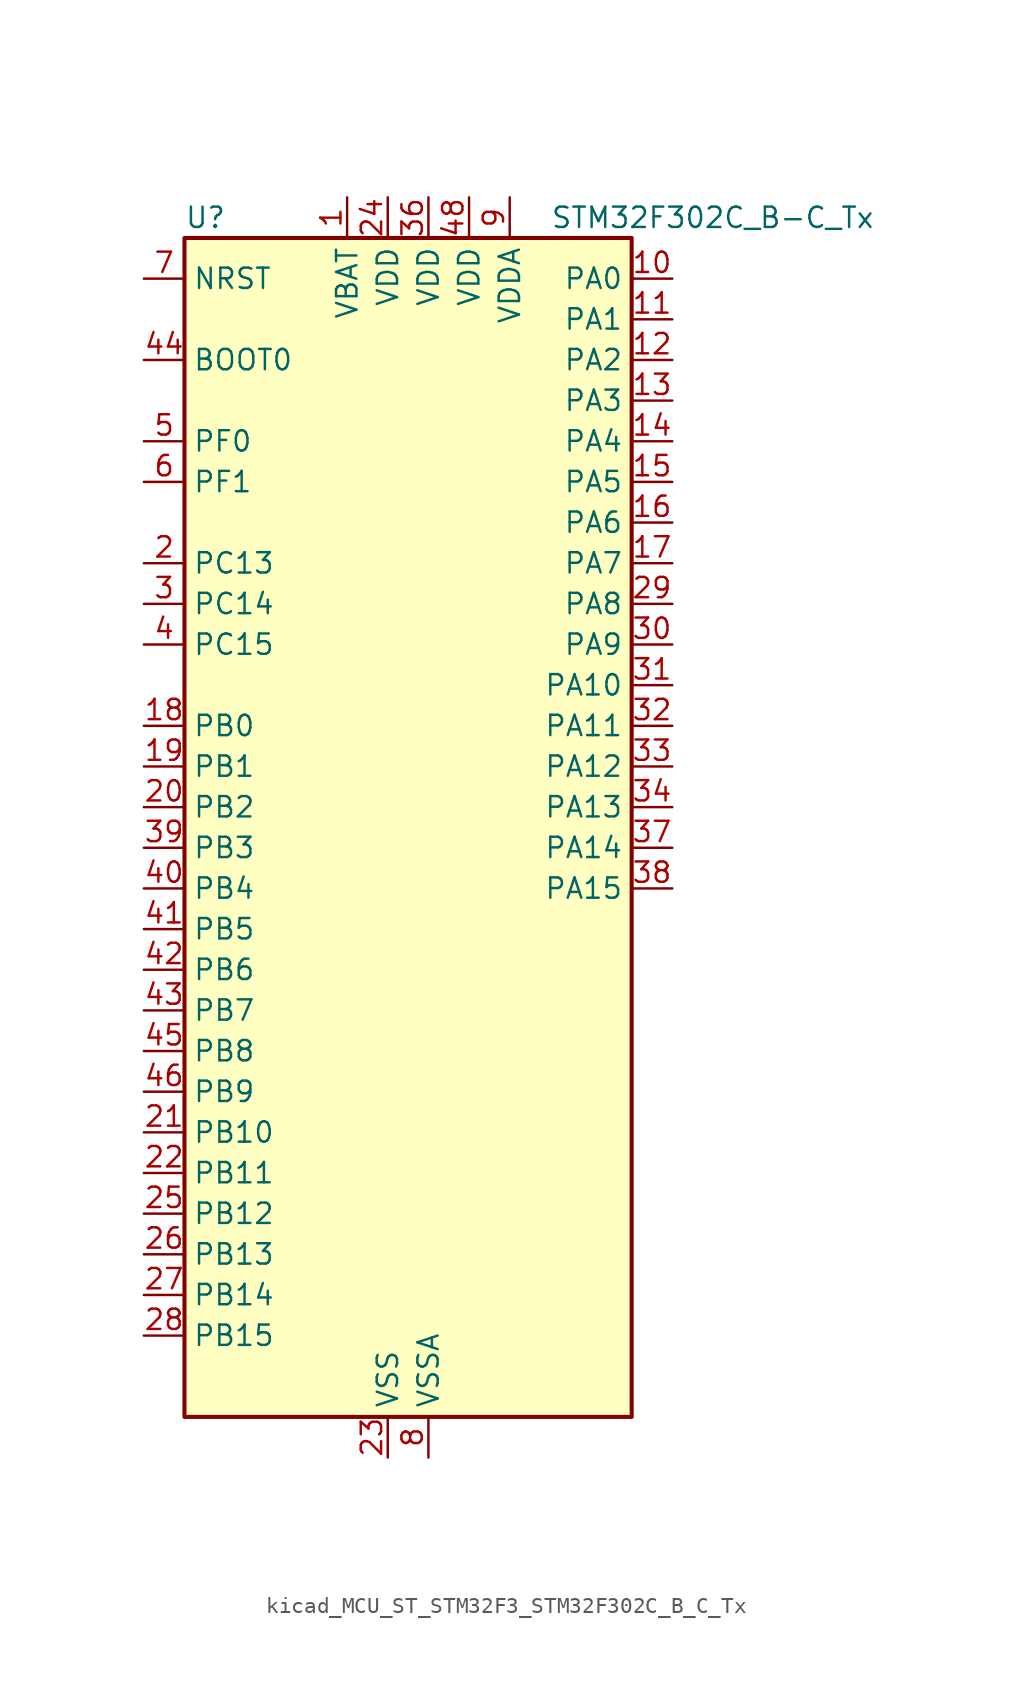
<source format=kicad_sym>
(kicad_symbol_lib
  (version 20220914)
  (generator kicad_symbol_editor)
  (symbol "kicad_MCU_ST_STM32F3_STM32F302C_B_C_Tx"
    (property "Reference" "U"
      (at -12.7 39.37 0)
      (effects (font (size 1.27 1.27)) (justify left)))
    (property "Value" "STM32F302C_B-C_Tx"
      (at 10.16 39.37 0)
      (effects (font (size 1.27 1.27)) (justify left)))
    (property "ki_locked" ""
      (at 0 0 0)
      (effects (font (size 1.27 1.27))))
    (symbol "kicad_MCU_ST_STM32F3_STM32F302C_B_C_Tx_0_1"
      (rectangle (start -12.7 -35.56) (end 15.24 38.1) (stroke (width 0.254) (type default)) (fill (type background))))
    (symbol "kicad_MCU_ST_STM32F3_STM32F302C_B_C_Tx_1_1"
      (pin power_in line (at -2.54 40.64 270) (length 2.54) (name "VBAT" (effects (font (size 1.27 1.27)))) (number "1" (effects (font (size 1.27 1.27)))))
      (pin bidirectional line (at 17.78 35.56 180) (length 2.54) (name "PA0" (effects (font (size 1.27 1.27)))) (number "10" (effects (font (size 1.27 1.27)))) (alternate "ADC1_IN1" bidirectional line) (alternate "COMP1_INM" bidirectional line) (alternate "COMP1_OUT" bidirectional line) (alternate "RTC_TAMP2" bidirectional line) (alternate "SYS_WKUP1" bidirectional line) (alternate "TIM2_CH1" bidirectional line) (alternate "TIM2_ETR" bidirectional line) (alternate "TSC_G1_IO1" bidirectional line) (alternate "USART2_CTS" bidirectional line))
      (pin bidirectional line (at 17.78 33.02 180) (length 2.54) (name "PA1" (effects (font (size 1.27 1.27)))) (number "11" (effects (font (size 1.27 1.27)))) (alternate "ADC1_IN2" bidirectional line) (alternate "COMP1_INP" bidirectional line) (alternate "OPAMP1_VINP" bidirectional line) (alternate "OPAMP1_VINP_SEC" bidirectional line) (alternate "RTC_REFIN" bidirectional line) (alternate "TIM15_CH1N" bidirectional line) (alternate "TIM2_CH2" bidirectional line) (alternate "TSC_G1_IO2" bidirectional line) (alternate "USART2_DE" bidirectional line) (alternate "USART2_RTS" bidirectional line))
      (pin bidirectional line (at 17.78 30.48 180) (length 2.54) (name "PA2" (effects (font (size 1.27 1.27)))) (number "12" (effects (font (size 1.27 1.27)))) (alternate "ADC1_IN3" bidirectional line) (alternate "COMP2_INM" bidirectional line) (alternate "COMP2_OUT" bidirectional line) (alternate "OPAMP1_VOUT" bidirectional line) (alternate "TIM15_CH1" bidirectional line) (alternate "TIM2_CH3" bidirectional line) (alternate "TSC_G1_IO3" bidirectional line) (alternate "USART2_TX" bidirectional line))
      (pin bidirectional line (at 17.78 27.94 180) (length 2.54) (name "PA3" (effects (font (size 1.27 1.27)))) (number "13" (effects (font (size 1.27 1.27)))) (alternate "ADC1_IN4" bidirectional line) (alternate "COMP2_INP" bidirectional line) (alternate "OPAMP1_VINM" bidirectional line) (alternate "OPAMP1_VINM_SEC" bidirectional line) (alternate "OPAMP1_VINP" bidirectional line) (alternate "OPAMP1_VINP_SEC" bidirectional line) (alternate "TIM15_CH2" bidirectional line) (alternate "TIM2_CH4" bidirectional line) (alternate "TSC_G1_IO4" bidirectional line) (alternate "USART2_RX" bidirectional line))
      (pin bidirectional line (at 17.78 25.4 180) (length 2.54) (name "PA4" (effects (font (size 1.27 1.27)))) (number "14" (effects (font (size 1.27 1.27)))) (alternate "ADC2_IN1" bidirectional line) (alternate "COMP1_INM" bidirectional line) (alternate "COMP2_INM" bidirectional line) (alternate "COMP4_INM" bidirectional line) (alternate "COMP6_INM" bidirectional line) (alternate "DAC_OUT1" bidirectional line) (alternate "I2S3_WS" bidirectional line) (alternate "SPI1_NSS" bidirectional line) (alternate "SPI3_NSS" bidirectional line) (alternate "TIM3_CH2" bidirectional line) (alternate "TSC_G2_IO1" bidirectional line) (alternate "USART2_CK" bidirectional line))
      (pin bidirectional line (at 17.78 22.86 180) (length 2.54) (name "PA5" (effects (font (size 1.27 1.27)))) (number "15" (effects (font (size 1.27 1.27)))) (alternate "ADC2_IN2" bidirectional line) (alternate "COMP1_INM" bidirectional line) (alternate "COMP2_INM" bidirectional line) (alternate "COMP4_INM" bidirectional line) (alternate "COMP6_INM" bidirectional line) (alternate "OPAMP1_VINP" bidirectional line) (alternate "OPAMP1_VINP_SEC" bidirectional line) (alternate "OPAMP2_VINM" bidirectional line) (alternate "OPAMP2_VINM_SEC" bidirectional line) (alternate "SPI1_SCK" bidirectional line) (alternate "TIM2_CH1" bidirectional line) (alternate "TIM2_ETR" bidirectional line) (alternate "TSC_G2_IO2" bidirectional line))
      (pin bidirectional line (at 17.78 20.32 180) (length 2.54) (name "PA6" (effects (font (size 1.27 1.27)))) (number "16" (effects (font (size 1.27 1.27)))) (alternate "ADC2_IN3" bidirectional line) (alternate "COMP1_OUT" bidirectional line) (alternate "OPAMP2_VOUT" bidirectional line) (alternate "SPI1_MISO" bidirectional line) (alternate "TIM16_CH1" bidirectional line) (alternate "TIM1_BKIN" bidirectional line) (alternate "TIM3_CH1" bidirectional line) (alternate "TSC_G2_IO3" bidirectional line))
      (pin bidirectional line (at 17.78 17.78 180) (length 2.54) (name "PA7" (effects (font (size 1.27 1.27)))) (number "17" (effects (font (size 1.27 1.27)))) (alternate "ADC2_IN4" bidirectional line) (alternate "COMP2_INP" bidirectional line) (alternate "COMP2_OUT" bidirectional line) (alternate "OPAMP1_VINP" bidirectional line) (alternate "OPAMP1_VINP_SEC" bidirectional line) (alternate "OPAMP2_VINP" bidirectional line) (alternate "OPAMP2_VINP_SEC" bidirectional line) (alternate "SPI1_MOSI" bidirectional line) (alternate "TIM17_CH1" bidirectional line) (alternate "TIM1_CH1N" bidirectional line) (alternate "TIM3_CH2" bidirectional line) (alternate "TSC_G2_IO4" bidirectional line))
      (pin bidirectional line (at -15.24 7.62 0) (length 2.54) (name "PB0" (effects (font (size 1.27 1.27)))) (number "18" (effects (font (size 1.27 1.27)))) (alternate "COMP4_INP" bidirectional line) (alternate "OPAMP2_VINP" bidirectional line) (alternate "OPAMP2_VINP_SEC" bidirectional line) (alternate "TIM1_CH2N" bidirectional line) (alternate "TIM3_CH3" bidirectional line) (alternate "TSC_G3_IO2" bidirectional line))
      (pin bidirectional line (at -15.24 5.08 0) (length 2.54) (name "PB1" (effects (font (size 1.27 1.27)))) (number "19" (effects (font (size 1.27 1.27)))) (alternate "COMP4_OUT" bidirectional line) (alternate "TIM1_CH3N" bidirectional line) (alternate "TIM3_CH4" bidirectional line) (alternate "TSC_G3_IO3" bidirectional line))
      (pin bidirectional line (at -15.24 17.78 0) (length 2.54) (name "PC13" (effects (font (size 1.27 1.27)))) (number "2" (effects (font (size 1.27 1.27)))) (alternate "RTC_OUT_ALARM" bidirectional line) (alternate "RTC_OUT_CALIB" bidirectional line) (alternate "RTC_TAMP1" bidirectional line) (alternate "RTC_TS" bidirectional line) (alternate "SYS_WKUP2" bidirectional line) (alternate "TIM1_CH1N" bidirectional line))
      (pin bidirectional line (at -15.24 2.54 0) (length 2.54) (name "PB2" (effects (font (size 1.27 1.27)))) (number "20" (effects (font (size 1.27 1.27)))) (alternate "ADC2_IN12" bidirectional line) (alternate "COMP4_INM" bidirectional line) (alternate "TSC_G3_IO4" bidirectional line))
      (pin bidirectional line (at -15.24 -17.78 0) (length 2.54) (name "PB10" (effects (font (size 1.27 1.27)))) (number "21" (effects (font (size 1.27 1.27)))) (alternate "TIM2_CH3" bidirectional line) (alternate "TSC_SYNC" bidirectional line) (alternate "USART3_TX" bidirectional line))
      (pin bidirectional line (at -15.24 -20.32 0) (length 2.54) (name "PB11" (effects (font (size 1.27 1.27)))) (number "22" (effects (font (size 1.27 1.27)))) (alternate "ADC1_EXTI11" bidirectional line) (alternate "ADC2_EXTI11" bidirectional line) (alternate "COMP6_INP" bidirectional line) (alternate "TIM2_CH4" bidirectional line) (alternate "TSC_G6_IO1" bidirectional line) (alternate "USART3_RX" bidirectional line))
      (pin power_in line (at 0 -38.1 90) (length 2.54) (name "VSS" (effects (font (size 1.27 1.27)))) (number "23" (effects (font (size 1.27 1.27)))))
      (pin power_in line (at 0 40.64 270) (length 2.54) (name "VDD" (effects (font (size 1.27 1.27)))) (number "24" (effects (font (size 1.27 1.27)))))
      (pin bidirectional line (at -15.24 -22.86 0) (length 2.54) (name "PB12" (effects (font (size 1.27 1.27)))) (number "25" (effects (font (size 1.27 1.27)))) (alternate "I2C2_SMBA" bidirectional line) (alternate "I2S2_WS" bidirectional line) (alternate "SPI2_NSS" bidirectional line) (alternate "TIM1_BKIN" bidirectional line) (alternate "TSC_G6_IO2" bidirectional line) (alternate "USART3_CK" bidirectional line))
      (pin bidirectional line (at -15.24 -25.4 0) (length 2.54) (name "PB13" (effects (font (size 1.27 1.27)))) (number "26" (effects (font (size 1.27 1.27)))) (alternate "I2S2_CK" bidirectional line) (alternate "SPI2_SCK" bidirectional line) (alternate "TIM1_CH1N" bidirectional line) (alternate "TSC_G6_IO3" bidirectional line) (alternate "USART3_CTS" bidirectional line))
      (pin bidirectional line (at -15.24 -27.94 0) (length 2.54) (name "PB14" (effects (font (size 1.27 1.27)))) (number "27" (effects (font (size 1.27 1.27)))) (alternate "I2S2_ext_SD" bidirectional line) (alternate "OPAMP2_VINP" bidirectional line) (alternate "OPAMP2_VINP_SEC" bidirectional line) (alternate "SPI2_MISO" bidirectional line) (alternate "TIM15_CH1" bidirectional line) (alternate "TIM1_CH2N" bidirectional line) (alternate "TSC_G6_IO4" bidirectional line) (alternate "USART3_DE" bidirectional line) (alternate "USART3_RTS" bidirectional line))
      (pin bidirectional line (at -15.24 -30.48 0) (length 2.54) (name "PB15" (effects (font (size 1.27 1.27)))) (number "28" (effects (font (size 1.27 1.27)))) (alternate "ADC1_EXTI15" bidirectional line) (alternate "ADC2_EXTI15" bidirectional line) (alternate "COMP6_INM" bidirectional line) (alternate "I2S2_SD" bidirectional line) (alternate "RTC_REFIN" bidirectional line) (alternate "SPI2_MOSI" bidirectional line) (alternate "TIM15_CH1N" bidirectional line) (alternate "TIM15_CH2" bidirectional line) (alternate "TIM1_CH3N" bidirectional line))
      (pin bidirectional line (at 17.78 15.24 180) (length 2.54) (name "PA8" (effects (font (size 1.27 1.27)))) (number "29" (effects (font (size 1.27 1.27)))) (alternate "I2C2_SMBA" bidirectional line) (alternate "I2S2_MCK" bidirectional line) (alternate "RCC_MCO" bidirectional line) (alternate "TIM1_CH1" bidirectional line) (alternate "TIM4_ETR" bidirectional line) (alternate "USART1_CK" bidirectional line))
      (pin bidirectional line (at -15.24 15.24 0) (length 2.54) (name "PC14" (effects (font (size 1.27 1.27)))) (number "3" (effects (font (size 1.27 1.27)))) (alternate "RCC_OSC32_IN" bidirectional line))
      (pin bidirectional line (at 17.78 12.7 180) (length 2.54) (name "PA9" (effects (font (size 1.27 1.27)))) (number "30" (effects (font (size 1.27 1.27)))) (alternate "DAC_EXTI9" bidirectional line) (alternate "I2C2_SCL" bidirectional line) (alternate "I2S3_MCK" bidirectional line) (alternate "TIM15_BKIN" bidirectional line) (alternate "TIM1_CH2" bidirectional line) (alternate "TIM2_CH3" bidirectional line) (alternate "TSC_G4_IO1" bidirectional line) (alternate "USART1_TX" bidirectional line))
      (pin bidirectional line (at 17.78 10.16 180) (length 2.54) (name "PA10" (effects (font (size 1.27 1.27)))) (number "31" (effects (font (size 1.27 1.27)))) (alternate "COMP6_OUT" bidirectional line) (alternate "I2C2_SDA" bidirectional line) (alternate "TIM17_BKIN" bidirectional line) (alternate "TIM1_CH3" bidirectional line) (alternate "TIM2_CH4" bidirectional line) (alternate "TSC_G4_IO2" bidirectional line) (alternate "USART1_RX" bidirectional line))
      (pin bidirectional line (at 17.78 7.62 180) (length 2.54) (name "PA11" (effects (font (size 1.27 1.27)))) (number "32" (effects (font (size 1.27 1.27)))) (alternate "ADC1_EXTI11" bidirectional line) (alternate "ADC2_EXTI11" bidirectional line) (alternate "CAN_RX" bidirectional line) (alternate "COMP1_OUT" bidirectional line) (alternate "TIM1_BKIN2" bidirectional line) (alternate "TIM1_CH1N" bidirectional line) (alternate "TIM1_CH4" bidirectional line) (alternate "TIM4_CH1" bidirectional line) (alternate "USART1_CTS" bidirectional line) (alternate "USB_DM" bidirectional line))
      (pin bidirectional line (at 17.78 5.08 180) (length 2.54) (name "PA12" (effects (font (size 1.27 1.27)))) (number "33" (effects (font (size 1.27 1.27)))) (alternate "CAN_TX" bidirectional line) (alternate "COMP2_OUT" bidirectional line) (alternate "TIM16_CH1" bidirectional line) (alternate "TIM1_CH2N" bidirectional line) (alternate "TIM1_ETR" bidirectional line) (alternate "TIM4_CH2" bidirectional line) (alternate "USART1_DE" bidirectional line) (alternate "USART1_RTS" bidirectional line) (alternate "USB_DP" bidirectional line))
      (pin bidirectional line (at 17.78 2.54 180) (length 2.54) (name "PA13" (effects (font (size 1.27 1.27)))) (number "34" (effects (font (size 1.27 1.27)))) (alternate "IR_OUT" bidirectional line) (alternate "SYS_JTMS-SWDIO" bidirectional line) (alternate "TIM16_CH1N" bidirectional line) (alternate "TIM4_CH3" bidirectional line) (alternate "TSC_G4_IO3" bidirectional line) (alternate "USART3_CTS" bidirectional line))
      (pin passive line (at 0 -38.1 90) (length 2.54) hide (name "VSS" (effects (font (size 1.27 1.27)))) (number "35" (effects (font (size 1.27 1.27)))))
      (pin power_in line (at 2.54 40.64 270) (length 2.54) (name "VDD" (effects (font (size 1.27 1.27)))) (number "36" (effects (font (size 1.27 1.27)))))
      (pin bidirectional line (at 17.78 0 180) (length 2.54) (name "PA14" (effects (font (size 1.27 1.27)))) (number "37" (effects (font (size 1.27 1.27)))) (alternate "I2C1_SDA" bidirectional line) (alternate "SYS_JTCK-SWCLK" bidirectional line) (alternate "TIM1_BKIN" bidirectional line) (alternate "TSC_G4_IO4" bidirectional line) (alternate "USART2_TX" bidirectional line))
      (pin bidirectional line (at 17.78 -2.54 180) (length 2.54) (name "PA15" (effects (font (size 1.27 1.27)))) (number "38" (effects (font (size 1.27 1.27)))) (alternate "ADC1_EXTI15" bidirectional line) (alternate "ADC2_EXTI15" bidirectional line) (alternate "I2C1_SCL" bidirectional line) (alternate "I2S3_WS" bidirectional line) (alternate "SPI1_NSS" bidirectional line) (alternate "SPI3_NSS" bidirectional line) (alternate "SYS_JTDI" bidirectional line) (alternate "TIM1_BKIN" bidirectional line) (alternate "TIM2_CH1" bidirectional line) (alternate "TIM2_ETR" bidirectional line) (alternate "USART2_RX" bidirectional line))
      (pin bidirectional line (at -15.24 0 0) (length 2.54) (name "PB3" (effects (font (size 1.27 1.27)))) (number "39" (effects (font (size 1.27 1.27)))) (alternate "I2S3_CK" bidirectional line) (alternate "SPI1_SCK" bidirectional line) (alternate "SPI3_SCK" bidirectional line) (alternate "SYS_JTDO-TRACESWO" bidirectional line) (alternate "TIM2_CH2" bidirectional line) (alternate "TIM3_ETR" bidirectional line) (alternate "TIM4_ETR" bidirectional line) (alternate "TSC_G5_IO1" bidirectional line) (alternate "USART2_TX" bidirectional line))
      (pin bidirectional line (at -15.24 12.7 0) (length 2.54) (name "PC15" (effects (font (size 1.27 1.27)))) (number "4" (effects (font (size 1.27 1.27)))) (alternate "ADC1_EXTI15" bidirectional line) (alternate "ADC2_EXTI15" bidirectional line) (alternate "RCC_OSC32_OUT" bidirectional line))
      (pin bidirectional line (at -15.24 -2.54 0) (length 2.54) (name "PB4" (effects (font (size 1.27 1.27)))) (number "40" (effects (font (size 1.27 1.27)))) (alternate "I2S3_ext_SD" bidirectional line) (alternate "SPI1_MISO" bidirectional line) (alternate "SPI3_MISO" bidirectional line) (alternate "SYS_NJTRST" bidirectional line) (alternate "TIM16_CH1" bidirectional line) (alternate "TIM17_BKIN" bidirectional line) (alternate "TIM3_CH1" bidirectional line) (alternate "TSC_G5_IO2" bidirectional line) (alternate "USART2_RX" bidirectional line))
      (pin bidirectional line (at -15.24 -5.08 0) (length 2.54) (name "PB5" (effects (font (size 1.27 1.27)))) (number "41" (effects (font (size 1.27 1.27)))) (alternate "I2C1_SMBA" bidirectional line) (alternate "I2S3_SD" bidirectional line) (alternate "SPI1_MOSI" bidirectional line) (alternate "SPI3_MOSI" bidirectional line) (alternate "TIM16_BKIN" bidirectional line) (alternate "TIM17_CH1" bidirectional line) (alternate "TIM3_CH2" bidirectional line) (alternate "USART2_CK" bidirectional line))
      (pin bidirectional line (at -15.24 -7.62 0) (length 2.54) (name "PB6" (effects (font (size 1.27 1.27)))) (number "42" (effects (font (size 1.27 1.27)))) (alternate "I2C1_SCL" bidirectional line) (alternate "TIM16_CH1N" bidirectional line) (alternate "TIM4_CH1" bidirectional line) (alternate "TSC_G5_IO3" bidirectional line) (alternate "USART1_TX" bidirectional line))
      (pin bidirectional line (at -15.24 -10.16 0) (length 2.54) (name "PB7" (effects (font (size 1.27 1.27)))) (number "43" (effects (font (size 1.27 1.27)))) (alternate "I2C1_SDA" bidirectional line) (alternate "TIM17_CH1N" bidirectional line) (alternate "TIM3_CH4" bidirectional line) (alternate "TIM4_CH2" bidirectional line) (alternate "TSC_G5_IO4" bidirectional line) (alternate "USART1_RX" bidirectional line))
      (pin input line (at -15.24 30.48 0) (length 2.54) (name "BOOT0" (effects (font (size 1.27 1.27)))) (number "44" (effects (font (size 1.27 1.27)))))
      (pin bidirectional line (at -15.24 -12.7 0) (length 2.54) (name "PB8" (effects (font (size 1.27 1.27)))) (number "45" (effects (font (size 1.27 1.27)))) (alternate "CAN_RX" bidirectional line) (alternate "COMP1_OUT" bidirectional line) (alternate "I2C1_SCL" bidirectional line) (alternate "TIM16_CH1" bidirectional line) (alternate "TIM1_BKIN" bidirectional line) (alternate "TIM4_CH3" bidirectional line) (alternate "TSC_SYNC" bidirectional line))
      (pin bidirectional line (at -15.24 -15.24 0) (length 2.54) (name "PB9" (effects (font (size 1.27 1.27)))) (number "46" (effects (font (size 1.27 1.27)))) (alternate "CAN_TX" bidirectional line) (alternate "COMP2_OUT" bidirectional line) (alternate "DAC_EXTI9" bidirectional line) (alternate "I2C1_SDA" bidirectional line) (alternate "IR_OUT" bidirectional line) (alternate "TIM17_CH1" bidirectional line) (alternate "TIM4_CH4" bidirectional line))
      (pin passive line (at 0 -38.1 90) (length 2.54) hide (name "VSS" (effects (font (size 1.27 1.27)))) (number "47" (effects (font (size 1.27 1.27)))))
      (pin power_in line (at 5.08 40.64 270) (length 2.54) (name "VDD" (effects (font (size 1.27 1.27)))) (number "48" (effects (font (size 1.27 1.27)))))
      (pin bidirectional line (at -15.24 25.4 0) (length 2.54) (name "PF0" (effects (font (size 1.27 1.27)))) (number "5" (effects (font (size 1.27 1.27)))) (alternate "I2C2_SDA" bidirectional line) (alternate "RCC_OSC_IN" bidirectional line) (alternate "TIM1_CH3N" bidirectional line))
      (pin bidirectional line (at -15.24 22.86 0) (length 2.54) (name "PF1" (effects (font (size 1.27 1.27)))) (number "6" (effects (font (size 1.27 1.27)))) (alternate "I2C2_SCL" bidirectional line) (alternate "RCC_OSC_OUT" bidirectional line))
      (pin input line (at -15.24 35.56 0) (length 2.54) (name "NRST" (effects (font (size 1.27 1.27)))) (number "7" (effects (font (size 1.27 1.27)))))
      (pin power_in line (at 2.54 -38.1 90) (length 2.54) (name "VSSA" (effects (font (size 1.27 1.27)))) (number "8" (effects (font (size 1.27 1.27)))))
      (pin power_in line (at 7.62 40.64 270) (length 2.54) (name "VDDA" (effects (font (size 1.27 1.27)))) (number "9" (effects (font (size 1.27 1.27))))))))
</source>
